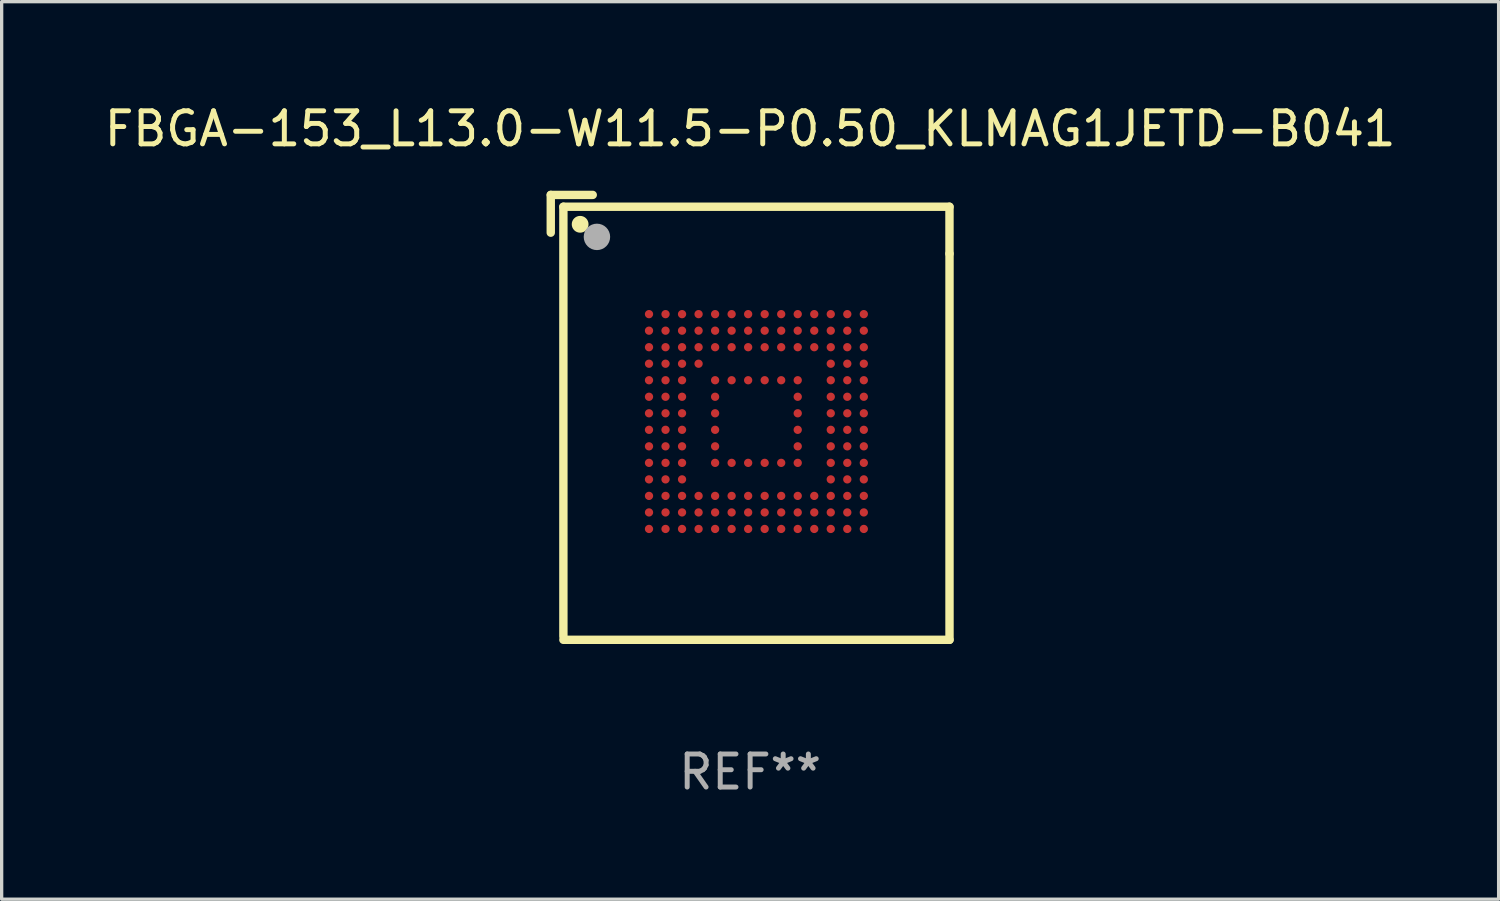
<source format=kicad_pcb>
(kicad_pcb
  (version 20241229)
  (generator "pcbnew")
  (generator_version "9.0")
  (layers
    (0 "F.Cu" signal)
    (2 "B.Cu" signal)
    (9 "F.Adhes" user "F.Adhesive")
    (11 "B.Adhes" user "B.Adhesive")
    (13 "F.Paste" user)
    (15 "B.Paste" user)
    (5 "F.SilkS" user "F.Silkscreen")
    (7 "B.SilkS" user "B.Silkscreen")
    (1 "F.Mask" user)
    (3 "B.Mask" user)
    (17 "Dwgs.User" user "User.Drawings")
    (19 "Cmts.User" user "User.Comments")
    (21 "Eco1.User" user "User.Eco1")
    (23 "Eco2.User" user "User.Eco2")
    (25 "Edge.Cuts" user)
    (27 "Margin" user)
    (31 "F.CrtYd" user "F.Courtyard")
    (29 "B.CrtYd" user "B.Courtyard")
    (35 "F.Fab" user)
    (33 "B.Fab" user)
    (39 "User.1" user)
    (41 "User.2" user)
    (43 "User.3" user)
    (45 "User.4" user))
  (footprint "FBGA-153_L13.0-W11.5-P0.50_KLMAG1JETD-B041"
    (layer "F.Cu")
    (at 19.839 9.706)
    (property "Reference" "FBGA-153_L13.0-W11.5-P0.50_KLMAG1JETD-B041" (at -0.19 -8.858 0) (layer "F.SilkS") (effects (font (size 1 1) (thickness 0.15))))
    (attr through_hole)
    (fp_line (start -6.223 -6.858) (end -6.223 -5.715) (stroke (width 0.254) (type solid)) (layer "F.SilkS"))
    (fp_line (start -5.841 -6.5) (end 5.842 -6.5) (stroke (width 0.254) (type solid)) (layer "F.SilkS"))
    (fp_line (start -5.841 6.5) (end -5.841 -6.5) (stroke (width 0.254) (type solid)) (layer "F.SilkS"))
    (fp_line (start -5.841 6.605) (end 5.843 6.605) (stroke (width 0.254) (type solid)) (layer "F.SilkS"))
    (fp_line (start -4.953 -6.858) (end -6.223 -6.858) (stroke (width 0.254) (type solid)) (layer "F.SilkS"))
    (fp_line (start 5.842 -6.5) (end 5.842 -5.079) (stroke (width 0.254) (type solid)) (layer "F.SilkS"))
    (fp_line (start 5.843 6.605) (end 5.843 -5.079) (stroke (width 0.254) (type solid)) (layer "F.SilkS"))
    (fp_circle (center -5.75 -6.5) (end -5.72 -6.5) (stroke (width 0.06) (type solid)) (fill no) (layer "F.SilkS"))
    (fp_circle (center -5.334 -5.969) (end -5.207 -5.969) (stroke (width 0.254) (type solid)) (fill no) (layer "F.SilkS"))
    (fp_circle (center -4.826 -5.588) (end -4.626 -5.588) (stroke (width 0.4) (type solid)) (fill no) (layer "F.Fab"))
    (fp_text user "REF**" (at -0.19 10.605 0) (layer "F.Fab") (effects (font (size 1 1) (thickness 0.15))))
    (pad "A1" smd circle (at -3.25 -3.25) (size 0.25 0.25) (layers "F.Cu" "F.Mask" "F.Paste"))
    (pad "A2" smd circle (at -2.75 -3.25) (size 0.25 0.25) (layers "F.Cu" "F.Mask" "F.Paste"))
    (pad "A3" smd circle (at -2.25 -3.25) (size 0.25 0.25) (layers "F.Cu" "F.Mask" "F.Paste"))
    (pad "A4" smd circle (at -1.75 -3.25) (size 0.25 0.25) (layers "F.Cu" "F.Mask" "F.Paste"))
    (pad "A5" smd circle (at -1.25 -3.25) (size 0.25 0.25) (layers "F.Cu" "F.Mask" "F.Paste"))
    (pad "A6" smd circle (at -0.75 -3.25) (size 0.25 0.25) (layers "F.Cu" "F.Mask" "F.Paste"))
    (pad "A7" smd circle (at -0.25 -3.25) (size 0.25 0.25) (layers "F.Cu" "F.Mask" "F.Paste"))
    (pad "A8" smd circle (at 0.25 -3.25) (size 0.25 0.25) (layers "F.Cu" "F.Mask" "F.Paste"))
    (pad "A9" smd circle (at 0.75 -3.25) (size 0.25 0.25) (layers "F.Cu" "F.Mask" "F.Paste"))
    (pad "A10" smd circle (at 1.25 -3.25) (size 0.25 0.25) (layers "F.Cu" "F.Mask" "F.Paste"))
    (pad "A11" smd circle (at 1.75 -3.25) (size 0.25 0.25) (layers "F.Cu" "F.Mask" "F.Paste"))
    (pad "A12" smd circle (at 2.25 -3.25) (size 0.25 0.25) (layers "F.Cu" "F.Mask" "F.Paste"))
    (pad "A13" smd circle (at 2.75 -3.25) (size 0.25 0.25) (layers "F.Cu" "F.Mask" "F.Paste"))
    (pad "A14" smd circle (at 3.25 -3.25) (size 0.25 0.25) (layers "F.Cu" "F.Mask" "F.Paste"))
    (pad "B1" smd circle (at -3.25 -2.75) (size 0.25 0.25) (layers "F.Cu" "F.Mask" "F.Paste"))
    (pad "B2" smd circle (at -2.75 -2.75) (size 0.25 0.25) (layers "F.Cu" "F.Mask" "F.Paste"))
    (pad "B3" smd circle (at -2.25 -2.75) (size 0.25 0.25) (layers "F.Cu" "F.Mask" "F.Paste"))
    (pad "B4" smd circle (at -1.75 -2.75) (size 0.25 0.25) (layers "F.Cu" "F.Mask" "F.Paste"))
    (pad "B5" smd circle (at -1.25 -2.75) (size 0.25 0.25) (layers "F.Cu" "F.Mask" "F.Paste"))
    (pad "B6" smd circle (at -0.75 -2.75) (size 0.25 0.25) (layers "F.Cu" "F.Mask" "F.Paste"))
    (pad "B7" smd circle (at -0.25 -2.75) (size 0.25 0.25) (layers "F.Cu" "F.Mask" "F.Paste"))
    (pad "B8" smd circle (at 0.25 -2.75) (size 0.25 0.25) (layers "F.Cu" "F.Mask" "F.Paste"))
    (pad "B9" smd circle (at 0.75 -2.75) (size 0.25 0.25) (layers "F.Cu" "F.Mask" "F.Paste"))
    (pad "B10" smd circle (at 1.25 -2.75) (size 0.25 0.25) (layers "F.Cu" "F.Mask" "F.Paste"))
    (pad "B11" smd circle (at 1.75 -2.75) (size 0.25 0.25) (layers "F.Cu" "F.Mask" "F.Paste"))
    (pad "B12" smd circle (at 2.25 -2.75) (size 0.25 0.25) (layers "F.Cu" "F.Mask" "F.Paste"))
    (pad "B13" smd circle (at 2.75 -2.75) (size 0.25 0.25) (layers "F.Cu" "F.Mask" "F.Paste"))
    (pad "B14" smd circle (at 3.25 -2.75) (size 0.25 0.25) (layers "F.Cu" "F.Mask" "F.Paste"))
    (pad "C1" smd circle (at -3.25 -2.25) (size 0.25 0.25) (layers "F.Cu" "F.Mask" "F.Paste"))
    (pad "C2" smd circle (at -2.75 -2.25) (size 0.25 0.25) (layers "F.Cu" "F.Mask" "F.Paste"))
    (pad "C3" smd circle (at -2.25 -2.25) (size 0.25 0.25) (layers "F.Cu" "F.Mask" "F.Paste"))
    (pad "C4" smd circle (at -1.75 -2.25) (size 0.25 0.25) (layers "F.Cu" "F.Mask" "F.Paste"))
    (pad "C5" smd circle (at -1.25 -2.25) (size 0.25 0.25) (layers "F.Cu" "F.Mask" "F.Paste"))
    (pad "C6" smd circle (at -0.75 -2.25) (size 0.25 0.25) (layers "F.Cu" "F.Mask" "F.Paste"))
    (pad "C7" smd circle (at -0.25 -2.25) (size 0.25 0.25) (layers "F.Cu" "F.Mask" "F.Paste"))
    (pad "C8" smd circle (at 0.25 -2.25) (size 0.25 0.25) (layers "F.Cu" "F.Mask" "F.Paste"))
    (pad "C9" smd circle (at 0.75 -2.25) (size 0.25 0.25) (layers "F.Cu" "F.Mask" "F.Paste"))
    (pad "C10" smd circle (at 1.25 -2.25) (size 0.25 0.25) (layers "F.Cu" "F.Mask" "F.Paste"))
    (pad "C11" smd circle (at 1.75 -2.25) (size 0.25 0.25) (layers "F.Cu" "F.Mask" "F.Paste"))
    (pad "C12" smd circle (at 2.25 -2.25) (size 0.25 0.25) (layers "F.Cu" "F.Mask" "F.Paste"))
    (pad "C13" smd circle (at 2.75 -2.25) (size 0.25 0.25) (layers "F.Cu" "F.Mask" "F.Paste"))
    (pad "C14" smd circle (at 3.25 -2.25) (size 0.25 0.25) (layers "F.Cu" "F.Mask" "F.Paste"))
    (pad "D1" smd circle (at -3.25 -1.75) (size 0.25 0.25) (layers "F.Cu" "F.Mask" "F.Paste"))
    (pad "D2" smd circle (at -2.75 -1.75) (size 0.25 0.25) (layers "F.Cu" "F.Mask" "F.Paste"))
    (pad "D3" smd circle (at -2.25 -1.75) (size 0.25 0.25) (layers "F.Cu" "F.Mask" "F.Paste"))
    (pad "D4" smd circle (at -1.75 -1.75) (size 0.25 0.25) (layers "F.Cu" "F.Mask" "F.Paste"))
    (pad "D12" smd circle (at 2.25 -1.75) (size 0.25 0.25) (layers "F.Cu" "F.Mask" "F.Paste"))
    (pad "D13" smd circle (at 2.75 -1.75) (size 0.25 0.25) (layers "F.Cu" "F.Mask" "F.Paste"))
    (pad "D14" smd circle (at 3.25 -1.75) (size 0.25 0.25) (layers "F.Cu" "F.Mask" "F.Paste"))
    (pad "E1" smd circle (at -3.25 -1.25) (size 0.25 0.25) (layers "F.Cu" "F.Mask" "F.Paste"))
    (pad "E2" smd circle (at -2.75 -1.25) (size 0.25 0.25) (layers "F.Cu" "F.Mask" "F.Paste"))
    (pad "E3" smd circle (at -2.25 -1.25) (size 0.25 0.25) (layers "F.Cu" "F.Mask" "F.Paste"))
    (pad "E5" smd circle (at -1.25 -1.25) (size 0.25 0.25) (layers "F.Cu" "F.Mask" "F.Paste"))
    (pad "E6" smd circle (at -0.75 -1.25) (size 0.25 0.25) (layers "F.Cu" "F.Mask" "F.Paste"))
    (pad "E7" smd circle (at -0.25 -1.25) (size 0.25 0.25) (layers "F.Cu" "F.Mask" "F.Paste"))
    (pad "E8" smd circle (at 0.25 -1.25) (size 0.25 0.25) (layers "F.Cu" "F.Mask" "F.Paste"))
    (pad "E9" smd circle (at 0.75 -1.25) (size 0.25 0.25) (layers "F.Cu" "F.Mask" "F.Paste"))
    (pad "E10" smd circle (at 1.25 -1.25) (size 0.25 0.25) (layers "F.Cu" "F.Mask" "F.Paste"))
    (pad "E12" smd circle (at 2.25 -1.25) (size 0.25 0.25) (layers "F.Cu" "F.Mask" "F.Paste"))
    (pad "E13" smd circle (at 2.75 -1.25) (size 0.25 0.25) (layers "F.Cu" "F.Mask" "F.Paste"))
    (pad "E14" smd circle (at 3.25 -1.25) (size 0.25 0.25) (layers "F.Cu" "F.Mask" "F.Paste"))
    (pad "F1" smd circle (at -3.25 -0.75) (size 0.25 0.25) (layers "F.Cu" "F.Mask" "F.Paste"))
    (pad "F2" smd circle (at -2.75 -0.75) (size 0.25 0.25) (layers "F.Cu" "F.Mask" "F.Paste"))
    (pad "F3" smd circle (at -2.25 -0.75) (size 0.25 0.25) (layers "F.Cu" "F.Mask" "F.Paste"))
    (pad "F5" smd circle (at -1.25 -0.75) (size 0.25 0.25) (layers "F.Cu" "F.Mask" "F.Paste"))
    (pad "F10" smd circle (at 1.25 -0.75) (size 0.25 0.25) (layers "F.Cu" "F.Mask" "F.Paste"))
    (pad "F12" smd circle (at 2.25 -0.75) (size 0.25 0.25) (layers "F.Cu" "F.Mask" "F.Paste"))
    (pad "F13" smd circle (at 2.75 -0.75) (size 0.25 0.25) (layers "F.Cu" "F.Mask" "F.Paste"))
    (pad "F14" smd circle (at 3.25 -0.75) (size 0.25 0.25) (layers "F.Cu" "F.Mask" "F.Paste"))
    (pad "G1" smd circle (at -3.25 -0.25) (size 0.25 0.25) (layers "F.Cu" "F.Mask" "F.Paste"))
    (pad "G2" smd circle (at -2.75 -0.25) (size 0.25 0.25) (layers "F.Cu" "F.Mask" "F.Paste"))
    (pad "G3" smd circle (at -2.25 -0.25) (size 0.25 0.25) (layers "F.Cu" "F.Mask" "F.Paste"))
    (pad "G5" smd circle (at -1.25 -0.25) (size 0.25 0.25) (layers "F.Cu" "F.Mask" "F.Paste"))
    (pad "G10" smd circle (at 1.25 -0.25) (size 0.25 0.25) (layers "F.Cu" "F.Mask" "F.Paste"))
    (pad "G12" smd circle (at 2.25 -0.25) (size 0.25 0.25) (layers "F.Cu" "F.Mask" "F.Paste"))
    (pad "G13" smd circle (at 2.75 -0.25) (size 0.25 0.25) (layers "F.Cu" "F.Mask" "F.Paste"))
    (pad "G14" smd circle (at 3.25 -0.25) (size 0.25 0.25) (layers "F.Cu" "F.Mask" "F.Paste"))
    (pad "H1" smd circle (at -3.25 0.25) (size 0.25 0.25) (layers "F.Cu" "F.Mask" "F.Paste"))
    (pad "H2" smd circle (at -2.75 0.25) (size 0.25 0.25) (layers "F.Cu" "F.Mask" "F.Paste"))
    (pad "H3" smd circle (at -2.25 0.25) (size 0.25 0.25) (layers "F.Cu" "F.Mask" "F.Paste"))
    (pad "H5" smd circle (at -1.25 0.25) (size 0.25 0.25) (layers "F.Cu" "F.Mask" "F.Paste"))
    (pad "H10" smd circle (at 1.25 0.25) (size 0.25 0.25) (layers "F.Cu" "F.Mask" "F.Paste"))
    (pad "H12" smd circle (at 2.25 0.25) (size 0.25 0.25) (layers "F.Cu" "F.Mask" "F.Paste"))
    (pad "H13" smd circle (at 2.75 0.25) (size 0.25 0.25) (layers "F.Cu" "F.Mask" "F.Paste"))
    (pad "H14" smd circle (at 3.25 0.25) (size 0.25 0.25) (layers "F.Cu" "F.Mask" "F.Paste"))
    (pad "J1" smd circle (at -3.25 0.75) (size 0.25 0.25) (layers "F.Cu" "F.Mask" "F.Paste"))
    (pad "J2" smd circle (at -2.75 0.75) (size 0.25 0.25) (layers "F.Cu" "F.Mask" "F.Paste"))
    (pad "J3" smd circle (at -2.25 0.75) (size 0.25 0.25) (layers "F.Cu" "F.Mask" "F.Paste"))
    (pad "J5" smd circle (at -1.25 0.75) (size 0.25 0.25) (layers "F.Cu" "F.Mask" "F.Paste"))
    (pad "J10" smd circle (at 1.25 0.75) (size 0.25 0.25) (layers "F.Cu" "F.Mask" "F.Paste"))
    (pad "J12" smd circle (at 2.25 0.75) (size 0.25 0.25) (layers "F.Cu" "F.Mask" "F.Paste"))
    (pad "J13" smd circle (at 2.75 0.75) (size 0.25 0.25) (layers "F.Cu" "F.Mask" "F.Paste"))
    (pad "J14" smd circle (at 3.25 0.75) (size 0.25 0.25) (layers "F.Cu" "F.Mask" "F.Paste"))
    (pad "K1" smd circle (at -3.25 1.25) (size 0.25 0.25) (layers "F.Cu" "F.Mask" "F.Paste"))
    (pad "K2" smd circle (at -2.75 1.25) (size 0.25 0.25) (layers "F.Cu" "F.Mask" "F.Paste"))
    (pad "K3" smd circle (at -2.25 1.25) (size 0.25 0.25) (layers "F.Cu" "F.Mask" "F.Paste"))
    (pad "K5" smd circle (at -1.25 1.25) (size 0.25 0.25) (layers "F.Cu" "F.Mask" "F.Paste"))
    (pad "K6" smd circle (at -0.75 1.25) (size 0.25 0.25) (layers "F.Cu" "F.Mask" "F.Paste"))
    (pad "K7" smd circle (at -0.25 1.25) (size 0.25 0.25) (layers "F.Cu" "F.Mask" "F.Paste"))
    (pad "K8" smd circle (at 0.25 1.25) (size 0.25 0.25) (layers "F.Cu" "F.Mask" "F.Paste"))
    (pad "K9" smd circle (at 0.75 1.25) (size 0.25 0.25) (layers "F.Cu" "F.Mask" "F.Paste"))
    (pad "K10" smd circle (at 1.25 1.25) (size 0.25 0.25) (layers "F.Cu" "F.Mask" "F.Paste"))
    (pad "K12" smd circle (at 2.25 1.25) (size 0.25 0.25) (layers "F.Cu" "F.Mask" "F.Paste"))
    (pad "K13" smd circle (at 2.75 1.25) (size 0.25 0.25) (layers "F.Cu" "F.Mask" "F.Paste"))
    (pad "K14" smd circle (at 3.25 1.25) (size 0.25 0.25) (layers "F.Cu" "F.Mask" "F.Paste"))
    (pad "L1" smd circle (at -3.25 1.75) (size 0.25 0.25) (layers "F.Cu" "F.Mask" "F.Paste"))
    (pad "L2" smd circle (at -2.75 1.75) (size 0.25 0.25) (layers "F.Cu" "F.Mask" "F.Paste"))
    (pad "L3" smd circle (at -2.25 1.75) (size 0.25 0.25) (layers "F.Cu" "F.Mask" "F.Paste"))
    (pad "L12" smd circle (at 2.25 1.75) (size 0.25 0.25) (layers "F.Cu" "F.Mask" "F.Paste"))
    (pad "L13" smd circle (at 2.75 1.75) (size 0.25 0.25) (layers "F.Cu" "F.Mask" "F.Paste"))
    (pad "L14" smd circle (at 3.25 1.75) (size 0.25 0.25) (layers "F.Cu" "F.Mask" "F.Paste"))
    (pad "M1" smd circle (at -3.25 2.25) (size 0.25 0.25) (layers "F.Cu" "F.Mask" "F.Paste"))
    (pad "M2" smd circle (at -2.75 2.25) (size 0.25 0.25) (layers "F.Cu" "F.Mask" "F.Paste"))
    (pad "M3" smd circle (at -2.25 2.25) (size 0.25 0.25) (layers "F.Cu" "F.Mask" "F.Paste"))
    (pad "M4" smd circle (at -1.75 2.25) (size 0.25 0.25) (layers "F.Cu" "F.Mask" "F.Paste"))
    (pad "M5" smd circle (at -1.25 2.25) (size 0.25 0.25) (layers "F.Cu" "F.Mask" "F.Paste"))
    (pad "M6" smd circle (at -0.75 2.25) (size 0.25 0.25) (layers "F.Cu" "F.Mask" "F.Paste"))
    (pad "M7" smd circle (at -0.25 2.25) (size 0.25 0.25) (layers "F.Cu" "F.Mask" "F.Paste"))
    (pad "M8" smd circle (at 0.25 2.25) (size 0.25 0.25) (layers "F.Cu" "F.Mask" "F.Paste"))
    (pad "M9" smd circle (at 0.75 2.25) (size 0.25 0.25) (layers "F.Cu" "F.Mask" "F.Paste"))
    (pad "M10" smd circle (at 1.25 2.25) (size 0.25 0.25) (layers "F.Cu" "F.Mask" "F.Paste"))
    (pad "M11" smd circle (at 1.75 2.25) (size 0.25 0.25) (layers "F.Cu" "F.Mask" "F.Paste"))
    (pad "M12" smd circle (at 2.25 2.25) (size 0.25 0.25) (layers "F.Cu" "F.Mask" "F.Paste"))
    (pad "M13" smd circle (at 2.75 2.25) (size 0.25 0.25) (layers "F.Cu" "F.Mask" "F.Paste"))
    (pad "M14" smd circle (at 3.25 2.25) (size 0.25 0.25) (layers "F.Cu" "F.Mask" "F.Paste"))
    (pad "N1" smd circle (at -3.25 2.75) (size 0.25 0.25) (layers "F.Cu" "F.Mask" "F.Paste"))
    (pad "N2" smd circle (at -2.75 2.75) (size 0.25 0.25) (layers "F.Cu" "F.Mask" "F.Paste"))
    (pad "N3" smd circle (at -2.25 2.75) (size 0.25 0.25) (layers "F.Cu" "F.Mask" "F.Paste"))
    (pad "N4" smd circle (at -1.75 2.75) (size 0.25 0.25) (layers "F.Cu" "F.Mask" "F.Paste"))
    (pad "N5" smd circle (at -1.25 2.75) (size 0.25 0.25) (layers "F.Cu" "F.Mask" "F.Paste"))
    (pad "N6" smd circle (at -0.75 2.75) (size 0.25 0.25) (layers "F.Cu" "F.Mask" "F.Paste"))
    (pad "N7" smd circle (at -0.25 2.75) (size 0.25 0.25) (layers "F.Cu" "F.Mask" "F.Paste"))
    (pad "N8" smd circle (at 0.25 2.75) (size 0.25 0.25) (layers "F.Cu" "F.Mask" "F.Paste"))
    (pad "N9" smd circle (at 0.75 2.75) (size 0.25 0.25) (layers "F.Cu" "F.Mask" "F.Paste"))
    (pad "N10" smd circle (at 1.25 2.75) (size 0.25 0.25) (layers "F.Cu" "F.Mask" "F.Paste"))
    (pad "N11" smd circle (at 1.75 2.75) (size 0.25 0.25) (layers "F.Cu" "F.Mask" "F.Paste"))
    (pad "N12" smd circle (at 2.25 2.75) (size 0.25 0.25) (layers "F.Cu" "F.Mask" "F.Paste"))
    (pad "N13" smd circle (at 2.75 2.75) (size 0.25 0.25) (layers "F.Cu" "F.Mask" "F.Paste"))
    (pad "N14" smd circle (at 3.25 2.75) (size 0.25 0.25) (layers "F.Cu" "F.Mask" "F.Paste"))
    (pad "P1" smd circle (at -3.25 3.25) (size 0.25 0.25) (layers "F.Cu" "F.Mask" "F.Paste"))
    (pad "P2" smd circle (at -2.75 3.25) (size 0.25 0.25) (layers "F.Cu" "F.Mask" "F.Paste"))
    (pad "P3" smd circle (at -2.25 3.25) (size 0.25 0.25) (layers "F.Cu" "F.Mask" "F.Paste"))
    (pad "P4" smd circle (at -1.75 3.25) (size 0.25 0.25) (layers "F.Cu" "F.Mask" "F.Paste"))
    (pad "P5" smd circle (at -1.25 3.25) (size 0.25 0.25) (layers "F.Cu" "F.Mask" "F.Paste"))
    (pad "P6" smd circle (at -0.75 3.25) (size 0.25 0.25) (layers "F.Cu" "F.Mask" "F.Paste"))
    (pad "P7" smd circle (at -0.25 3.25) (size 0.25 0.25) (layers "F.Cu" "F.Mask" "F.Paste"))
    (pad "P8" smd circle (at 0.25 3.25) (size 0.25 0.25) (layers "F.Cu" "F.Mask" "F.Paste"))
    (pad "P9" smd circle (at 0.75 3.25) (size 0.25 0.25) (layers "F.Cu" "F.Mask" "F.Paste"))
    (pad "P10" smd circle (at 1.25 3.25) (size 0.25 0.25) (layers "F.Cu" "F.Mask" "F.Paste"))
    (pad "P11" smd circle (at 1.75 3.25) (size 0.25 0.25) (layers "F.Cu" "F.Mask" "F.Paste"))
    (pad "P12" smd circle (at 2.25 3.25) (size 0.25 0.25) (layers "F.Cu" "F.Mask" "F.Paste"))
    (pad "P13" smd circle (at 2.75 3.25) (size 0.25 0.25) (layers "F.Cu" "F.Mask" "F.Paste"))
    (pad "P14" smd circle (at 3.25 3.25) (size 0.25 0.25) (layers "F.Cu" "F.Mask" "F.Paste")))
  (gr_rect
    (start -3 -3)
    (end 42.298 24.16)
    (stroke (width 0.1) (type default))
    (fill no)
    (layer "Edge.Cuts")))
</source>
